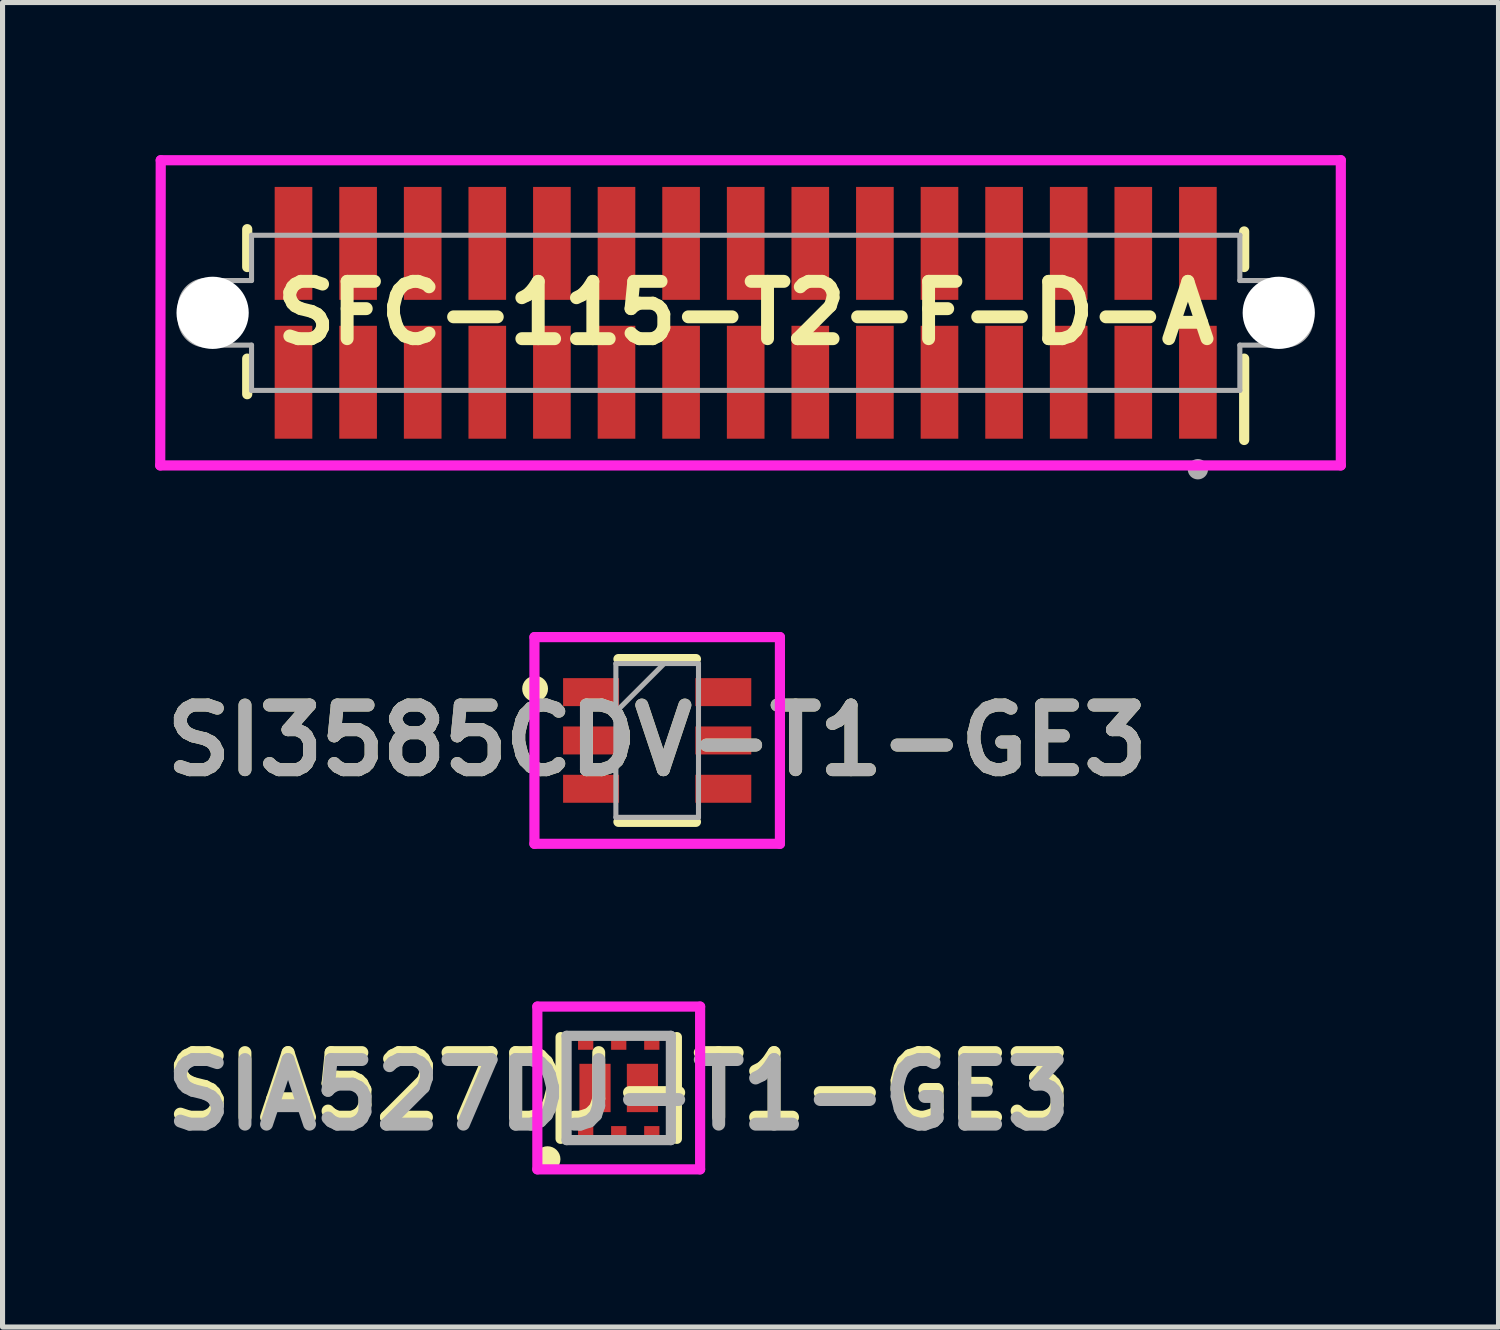
<source format=kicad_pcb>
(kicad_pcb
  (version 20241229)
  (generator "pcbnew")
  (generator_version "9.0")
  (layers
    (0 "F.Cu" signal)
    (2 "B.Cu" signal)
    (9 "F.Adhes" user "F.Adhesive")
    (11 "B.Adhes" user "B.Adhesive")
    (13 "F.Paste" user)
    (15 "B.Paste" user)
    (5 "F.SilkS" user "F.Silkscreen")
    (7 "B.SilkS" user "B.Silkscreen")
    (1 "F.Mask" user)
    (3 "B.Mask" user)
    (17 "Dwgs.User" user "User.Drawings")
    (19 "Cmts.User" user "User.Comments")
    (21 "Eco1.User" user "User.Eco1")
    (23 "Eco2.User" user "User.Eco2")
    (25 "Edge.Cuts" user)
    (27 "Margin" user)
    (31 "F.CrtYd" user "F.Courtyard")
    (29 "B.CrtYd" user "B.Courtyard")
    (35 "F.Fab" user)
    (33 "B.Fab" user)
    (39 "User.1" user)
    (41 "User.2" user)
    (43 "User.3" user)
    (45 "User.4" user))
  (footprint "SI3585CDV-T1-GE3"
    (layer "F.Cu")
    (at 9.87 11.507)
    (property "Reference" "SI3585CDV-T1-GE3" (at 0 0 0) (layer "F.SilkS") (effects (font (size 1.27 1.27) (thickness 0.254))))
    (attr smd)
    (fp_line (start -0.762 -1.6) (end 0.762 -1.6) (stroke (width 0.2) (type default)) (layer "F.SilkS"))
    (fp_line (start -0.762 1.6) (end 0.762 1.6) (stroke (width 0.2) (type default)) (layer "F.SilkS"))
    (fp_circle (center -2.4 -1.016) (end -2.273 -1.016) (stroke (width 0.254) (type solid)) (fill no) (layer "F.SilkS"))
    (fp_line (start -2.413 -2.032) (end 2.413 -2.032) (stroke (width 0.2) (type default)) (layer "F.CrtYd"))
    (fp_line (start -2.413 2.032) (end -2.413 -2.032) (stroke (width 0.2) (type default)) (layer "F.CrtYd"))
    (fp_line (start 2.413 -2.032) (end 2.413 2.032) (stroke (width 0.2) (type default)) (layer "F.CrtYd"))
    (fp_line (start 2.413 2.032) (end -2.413 2.032) (stroke (width 0.2) (type default)) (layer "F.CrtYd"))
    (fp_line (start -0.812 -1.512) (end 0.812 -1.512) (stroke (width 0.1) (type solid)) (layer "F.Fab"))
    (fp_line (start -0.812 -0.562) (end 0.138 -1.512) (stroke (width 0.1) (type solid)) (layer "F.Fab"))
    (fp_line (start -0.812 1.512) (end -0.812 -1.512) (stroke (width 0.1) (type solid)) (layer "F.Fab"))
    (fp_line (start 0.812 -1.512) (end 0.812 1.512) (stroke (width 0.1) (type solid)) (layer "F.Fab"))
    (fp_line (start 0.812 1.512) (end -0.812 1.512) (stroke (width 0.1) (type solid)) (layer "F.Fab"))
    (fp_text user "${REFERENCE}" (at 0 0 0) (layer "F.Fab") (effects (font (size 1.27 1.27) (thickness 0.254))))
    (pad "D1" smd rect (at 1.3 -0.95 90) (size 0.55 1.1) (layers "F.Cu" "F.Mask" "F.Paste"))
    (pad "D2" smd rect (at 1.3 0.95 90) (size 0.55 1.1) (layers "F.Cu" "F.Mask" "F.Paste"))
    (pad "G1" smd rect (at -1.3 -0.95 90) (size 0.55 1.1) (layers "F.Cu" "F.Mask" "F.Paste"))
    (pad "G2" smd rect (at -1.3 0.95 90) (size 0.55 1.1) (layers "F.Cu" "F.Mask" "F.Paste"))
    (pad "S1" smd rect (at 1.3 0 90) (size 0.55 1.1) (layers "F.Cu" "F.Mask" "F.Paste"))
    (pad "S2" smd rect (at -1.3 0 90) (size 0.55 1.1) (layers "F.Cu" "F.Mask" "F.Paste")))
  (footprint "SFC-115-T2-F-D-A"
    (layer "F.Cu")
    (at 11.61 3.1)
    (property "Reference" "SFC-115-T2-F-D-A" (at 0 0 0) (layer "F.SilkS") (effects (font (size 1.127 1.127) (thickness 0.254) (bold yes))))
    (attr smd)
    (fp_line (start -9.8 -1.645) (end -9.8 -0.9) (stroke (width 0.2) (type solid)) (layer "F.SilkS"))
    (fp_line (start -9.8 1.6) (end -9.8 0.9) (stroke (width 0.2) (type solid)) (layer "F.SilkS"))
    (fp_line (start 9.8 -1.6) (end 9.8 -0.9) (stroke (width 0.2) (type solid)) (layer "F.SilkS"))
    (fp_line (start 9.8 2.5) (end 9.8 0.9) (stroke (width 0.2) (type solid)) (layer "F.SilkS"))
    (fp_line (start -11.51 3) (end -11.5 -3) (stroke (width 0.2) (type solid)) (layer "F.CrtYd"))
    (fp_line (start -11.51 3) (end 11.7 3) (stroke (width 0.2) (type solid)) (layer "F.CrtYd"))
    (fp_line (start -11.5 -3) (end 11.7 -3) (stroke (width 0.2) (type solid)) (layer "F.CrtYd"))
    (fp_line (start 11.7 -3) (end 11.7 3) (stroke (width 0.2) (type solid)) (layer "F.CrtYd"))
    (fp_line (start -11.115 -0.125) (end -11.115 0.125) (stroke (width 0.1) (type solid)) (layer "F.Fab"))
    (fp_line (start -9.715 -1.525) (end -9.715 -0.635) (stroke (width 0.1) (type solid)) (layer "F.Fab"))
    (fp_line (start -9.715 -1.525) (end 9.715 -1.525) (stroke (width 0.1) (type solid)) (layer "F.Fab"))
    (fp_line (start -9.715 -0.635) (end -10.605 -0.635) (stroke (width 0.1) (type solid)) (layer "F.Fab"))
    (fp_line (start -9.715 0.635) (end -10.605 0.635) (stroke (width 0.1) (type solid)) (layer "F.Fab"))
    (fp_line (start -9.715 1.525) (end -9.715 0.635) (stroke (width 0.1) (type solid)) (layer "F.Fab"))
    (fp_line (start 9.715 -1.525) (end 9.715 -0.635) (stroke (width 0.1) (type solid)) (layer "F.Fab"))
    (fp_line (start 9.715 -0.635) (end 10.605 -0.635) (stroke (width 0.1) (type solid)) (layer "F.Fab"))
    (fp_line (start 9.715 0.635) (end 10.605 0.635) (stroke (width 0.1) (type solid)) (layer "F.Fab"))
    (fp_line (start 9.715 1.525) (end -9.715 1.525) (stroke (width 0.1) (type solid)) (layer "F.Fab"))
    (fp_line (start 9.715 1.525) (end 9.715 0.635) (stroke (width 0.1) (type solid)) (layer "F.Fab"))
    (fp_line (start 11.115 -0.125) (end 11.115 0.125) (stroke (width 0.1) (type solid)) (layer "F.Fab"))
    (fp_arc (start -11.115 -0.125) (mid -10.965624 -0.485624) (end -10.605 -0.635) (stroke (width 0.1) (type solid)) (layer "F.Fab"))
    (fp_arc (start -10.605 0.635) (mid -10.965624 0.485624) (end -11.115 0.125) (stroke (width 0.1) (type solid)) (layer "F.Fab"))
    (fp_arc (start 10.605 -0.635) (mid 10.965624 -0.485624) (end 11.115 -0.125) (stroke (width 0.1) (type solid)) (layer "F.Fab"))
    (fp_arc (start 11.115 0.125) (mid 10.965624 0.485624) (end 10.605 0.635) (stroke (width 0.1) (type solid)) (layer "F.Fab"))
    (fp_circle (center 8.89 3.075) (end 8.99 3.075) (stroke (width 0.2) (type solid)) (fill no) (layer "F.Fab"))
    (pad "" np_thru_hole circle (at -10.48 0) (size 1.42 1.42) (drill 1.42) (layers "*.Cu" "*.Mask"))
    (pad "" np_thru_hole circle (at 10.48 0) (size 1.42 1.42) (drill 1.42) (layers "*.Cu" "*.Mask"))
    (pad "01" smd rect (at 8.89 1.365) (size 0.74 2.22) (layers "F.Cu" "F.Mask" "F.Paste"))
    (pad "02" smd rect (at 8.89 -1.365) (size 0.74 2.22) (layers "F.Cu" "F.Mask" "F.Paste"))
    (pad "03" smd rect (at 7.62 1.365) (size 0.74 2.22) (layers "F.Cu" "F.Mask" "F.Paste"))
    (pad "04" smd rect (at 7.62 -1.365) (size 0.74 2.22) (layers "F.Cu" "F.Mask" "F.Paste"))
    (pad "05" smd rect (at 6.35 1.365) (size 0.74 2.22) (layers "F.Cu" "F.Mask" "F.Paste"))
    (pad "06" smd rect (at 6.35 -1.365) (size 0.74 2.22) (layers "F.Cu" "F.Mask" "F.Paste"))
    (pad "07" smd rect (at 5.08 1.365) (size 0.74 2.22) (layers "F.Cu" "F.Mask" "F.Paste"))
    (pad "08" smd rect (at 5.08 -1.365) (size 0.74 2.22) (layers "F.Cu" "F.Mask" "F.Paste"))
    (pad "09" smd rect (at 3.81 1.365) (size 0.74 2.22) (layers "F.Cu" "F.Mask" "F.Paste"))
    (pad "10" smd rect (at 3.81 -1.365) (size 0.74 2.22) (layers "F.Cu" "F.Mask" "F.Paste"))
    (pad "11" smd rect (at 2.54 1.365) (size 0.74 2.22) (layers "F.Cu" "F.Mask" "F.Paste"))
    (pad "12" smd rect (at 2.54 -1.365) (size 0.74 2.22) (layers "F.Cu" "F.Mask" "F.Paste"))
    (pad "13" smd rect (at 1.27 1.365) (size 0.74 2.22) (layers "F.Cu" "F.Mask" "F.Paste"))
    (pad "14" smd rect (at 1.27 -1.365) (size 0.74 2.22) (layers "F.Cu" "F.Mask" "F.Paste"))
    (pad "15" smd rect (at 0 1.365) (size 0.74 2.22) (layers "F.Cu" "F.Mask" "F.Paste"))
    (pad "16" smd rect (at 0 -1.365) (size 0.74 2.22) (layers "F.Cu" "F.Mask" "F.Paste"))
    (pad "17" smd rect (at -1.27 1.365) (size 0.74 2.22) (layers "F.Cu" "F.Mask" "F.Paste"))
    (pad "18" smd rect (at -1.27 -1.365) (size 0.74 2.22) (layers "F.Cu" "F.Mask" "F.Paste"))
    (pad "19" smd rect (at -2.54 1.365) (size 0.74 2.22) (layers "F.Cu" "F.Mask" "F.Paste"))
    (pad "20" smd rect (at -2.54 -1.365) (size 0.74 2.22) (layers "F.Cu" "F.Mask" "F.Paste"))
    (pad "21" smd rect (at -3.81 1.365) (size 0.74 2.22) (layers "F.Cu" "F.Mask" "F.Paste"))
    (pad "22" smd rect (at -3.81 -1.365) (size 0.74 2.22) (layers "F.Cu" "F.Mask" "F.Paste"))
    (pad "23" smd rect (at -5.08 1.365) (size 0.74 2.22) (layers "F.Cu" "F.Mask" "F.Paste"))
    (pad "24" smd rect (at -5.08 -1.365) (size 0.74 2.22) (layers "F.Cu" "F.Mask" "F.Paste"))
    (pad "25" smd rect (at -6.35 1.365) (size 0.74 2.22) (layers "F.Cu" "F.Mask" "F.Paste"))
    (pad "26" smd rect (at -6.35 -1.365) (size 0.74 2.22) (layers "F.Cu" "F.Mask" "F.Paste"))
    (pad "27" smd rect (at -7.62 1.365) (size 0.74 2.22) (layers "F.Cu" "F.Mask" "F.Paste"))
    (pad "28" smd rect (at -7.62 -1.365) (size 0.74 2.22) (layers "F.Cu" "F.Mask" "F.Paste"))
    (pad "29" smd rect (at -8.89 1.365) (size 0.74 2.22) (layers "F.Cu" "F.Mask" "F.Paste"))
    (pad "30" smd rect (at -8.89 -1.365) (size 0.74 2.22) (layers "F.Cu" "F.Mask" "F.Paste")))
  (footprint "SIA527DJ-T1-GE3"
    (layer "F.Cu")
    (at 9.114 18.339)
    (property "Reference" "SIA527DJ-T1-GE3" (at 0 0 0) (layer "F.SilkS") (effects (font (size 1.27 1.27) (thickness 0.254))))
    (attr smd)
    (fp_line (start -1.143 -1) (end -1.143 1) (stroke (width 0.2) (type solid)) (layer "F.SilkS"))
    (fp_line (start 1.143 -1) (end 1.143 1) (stroke (width 0.2) (type solid)) (layer "F.SilkS"))
    (fp_circle (center -1.4 1.4) (end -1.273 1.4) (stroke (width 0.254) (type solid)) (fill no) (layer "F.SilkS"))
    (fp_line (start -1.6 -1.6) (end 1.6 -1.6) (stroke (width 0.2) (type solid)) (layer "F.CrtYd"))
    (fp_line (start -1.6 1.6) (end -1.6 -1.6) (stroke (width 0.2) (type solid)) (layer "F.CrtYd"))
    (fp_line (start 1.6 -1.6) (end 1.6 1.6) (stroke (width 0.2) (type solid)) (layer "F.CrtYd"))
    (fp_line (start 1.6 1.6) (end -1.6 1.6) (stroke (width 0.2) (type solid)) (layer "F.CrtYd"))
    (fp_line (start -1.025 -1.025) (end 1.025 -1.025) (stroke (width 0.2) (type solid)) (layer "F.Fab"))
    (fp_line (start -1.025 1.025) (end -1.025 -1.025) (stroke (width 0.2) (type solid)) (layer "F.Fab"))
    (fp_line (start 1.025 -1.025) (end 1.025 1.025) (stroke (width 0.2) (type solid)) (layer "F.Fab"))
    (fp_line (start 1.025 1.025) (end -1.025 1.025) (stroke (width 0.2) (type solid)) (layer "F.Fab"))
    (fp_text user "${REFERENCE}" (at 0 0.137 0) (layer "F.Fab") (effects (font (size 1.27 1.27) (thickness 0.254))))
    (pad "D1" smd rect (at -0.65 -0.913) (size 0.3 0.325) (layers "F.Cu" "F.Mask" "F.Paste"))
    (pad "D1" smd rect (at -0.466 0) (size 0.613 0.95) (layers "F.Cu" "F.Mask" "F.Paste"))
    (pad "D2" smd rect (at 0.466 0) (size 0.613 0.95) (layers "F.Cu" "F.Mask" "F.Paste"))
    (pad "D2" smd rect (at 0.65 0.912) (size 0.3 0.325) (layers "F.Cu" "F.Mask" "F.Paste"))
    (pad "G1" smd rect (at 0 0.912) (size 0.3 0.325) (layers "F.Cu" "F.Mask" "F.Paste"))
    (pad "G2" smd rect (at 0 -0.913) (size 0.3 0.325) (layers "F.Cu" "F.Mask" "F.Paste"))
    (pad "S1" smd rect (at -0.65 0.912) (size 0.3 0.325) (layers "F.Cu" "F.Mask" "F.Paste"))
    (pad "S2" smd rect (at 0.65 -0.913) (size 0.3 0.325) (layers "F.Cu" "F.Mask" "F.Paste")))
  (gr_rect
    (start -3 -3)
    (end 26.41 23.039)
    (stroke (width 0.1) (type default))
    (fill no)
    (layer "Edge.Cuts")))
</source>
